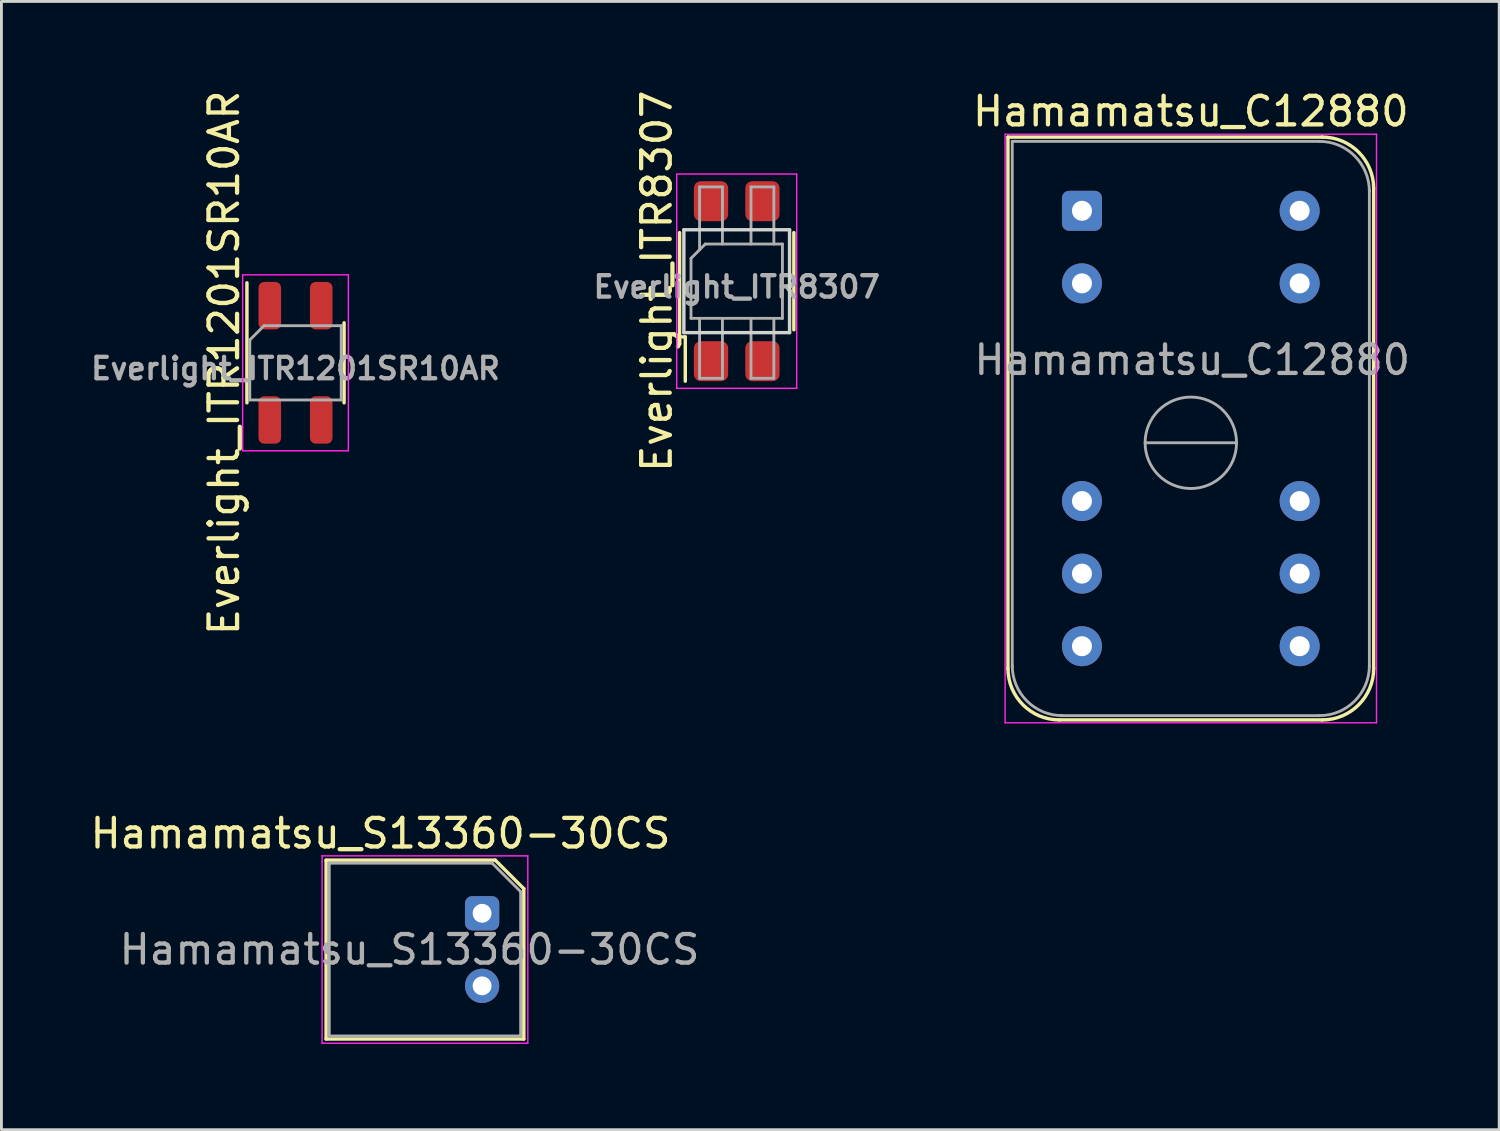
<source format=kicad_pcb>
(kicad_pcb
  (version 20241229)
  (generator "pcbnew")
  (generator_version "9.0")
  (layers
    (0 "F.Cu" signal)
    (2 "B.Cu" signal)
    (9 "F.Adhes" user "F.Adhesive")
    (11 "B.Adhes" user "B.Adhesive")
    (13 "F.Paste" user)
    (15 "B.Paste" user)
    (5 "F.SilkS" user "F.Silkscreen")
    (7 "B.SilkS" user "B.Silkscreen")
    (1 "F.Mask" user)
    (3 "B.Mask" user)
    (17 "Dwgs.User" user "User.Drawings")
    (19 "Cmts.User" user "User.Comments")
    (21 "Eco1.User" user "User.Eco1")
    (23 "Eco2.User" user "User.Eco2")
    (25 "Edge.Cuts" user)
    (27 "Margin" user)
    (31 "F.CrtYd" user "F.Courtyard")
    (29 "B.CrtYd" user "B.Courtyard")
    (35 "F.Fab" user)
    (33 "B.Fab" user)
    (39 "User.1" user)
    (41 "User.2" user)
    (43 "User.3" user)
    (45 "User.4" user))
  (footprint "Hamamatsu_S13360-30CS"
    (layer "F.Cu")
    (at 13.824 28.916)
    (property "Reference" "Hamamatsu_S13360-30CS" (at -3.556 -2.794 0) (layer "F.SilkS") (effects (font (size 1 1) (thickness 0.15))))
    (attr through_hole)
    (fp_line (start -5.46 -1.86) (end 0.46 -1.86) (stroke (width 0.12) (type solid)) (layer "F.SilkS"))
    (fp_line (start -5.46 4.4) (end -5.46 -1.86) (stroke (width 0.12) (type solid)) (layer "F.SilkS"))
    (fp_line (start 0.46 -1.86) (end 1.46 -0.86) (stroke (width 0.12) (type solid)) (layer "F.SilkS"))
    (fp_line (start 1.46 -0.86) (end 1.46 4.4) (stroke (width 0.12) (type solid)) (layer "F.SilkS"))
    (fp_line (start 1.46 4.4) (end -5.46 4.4) (stroke (width 0.12) (type solid)) (layer "F.SilkS"))
    (fp_line (start -5.6 -2.01) (end -5.6 4.55) (stroke (width 0.05) (type solid)) (layer "F.CrtYd"))
    (fp_line (start -5.6 -2.01) (end 1.6 -2.01) (stroke (width 0.05) (type solid)) (layer "F.CrtYd"))
    (fp_line (start 1.6 4.55) (end -5.6 4.55) (stroke (width 0.05) (type solid)) (layer "F.CrtYd"))
    (fp_line (start 1.6 4.55) (end 1.6 -2.01) (stroke (width 0.05) (type solid)) (layer "F.CrtYd"))
    (fp_line (start -5.35 -1.755) (end 0.35 -1.755) (stroke (width 0.1) (type solid)) (layer "F.Fab"))
    (fp_line (start -5.35 4.295) (end -5.35 -1.755) (stroke (width 0.1) (type solid)) (layer "F.Fab"))
    (fp_line (start 0.35 -1.755) (end 1.35 -0.755) (stroke (width 0.1) (type solid)) (layer "F.Fab"))
    (fp_line (start 1.35 -0.755) (end 1.35 4.295) (stroke (width 0.1) (type solid)) (layer "F.Fab"))
    (fp_line (start 1.35 4.295) (end -5.35 4.295) (stroke (width 0.1) (type solid)) (layer "F.Fab"))
    (fp_text user "${REFERENCE}" (at -2.54 1.27 0) (layer "F.Fab") (effects (font (size 1 1) (thickness 0.15))))
    (pad "1" thru_hole roundrect (at 0 0) (size 1.2 1.2) (drill 0.66) (layers "*.Cu" "*.Mask") (roundrect_rratio 0.208))
    (pad "2" thru_hole circle (at 0 2.54) (size 1.2 1.2) (drill 0.66) (layers "*.Cu" "*.Mask")))
  (footprint "Everlight_ITR8307"
    (layer "F.Cu")
    (at 22.736 6.792)
    (property "Reference" "Everlight_ITR8307" (at -2.8 0 90) (layer "F.SilkS") (effects (font (size 1 1) (thickness 0.15))))
    (attr smd)
    (fp_line (start -2 1.95) (end -2 -1.7) (stroke (width 0.12) (type solid)) (layer "F.SilkS"))
    (fp_line (start -2 1.95) (end -1.8 1.95) (stroke (width 0.12) (type solid)) (layer "F.SilkS"))
    (fp_line (start -1.8 3.5) (end -1.8 1.95) (stroke (width 0.12) (type solid)) (layer "F.SilkS"))
    (fp_line (start 2 1.7) (end 2 -1.7) (stroke (width 0.12) (type solid)) (layer "F.SilkS"))
    (fp_line (start -1.85 -1.8) (end 1.85 -1.8) (stroke (width 0.12) (type solid)) (layer "Edge.Cuts"))
    (fp_line (start -1.85 1.8) (end -1.85 -1.8) (stroke (width 0.12) (type solid)) (layer "Edge.Cuts"))
    (fp_line (start 1.85 -1.8) (end 1.85 1.8) (stroke (width 0.12) (type solid)) (layer "Edge.Cuts"))
    (fp_line (start 1.85 1.8) (end -1.85 1.8) (stroke (width 0.12) (type solid)) (layer "Edge.Cuts"))
    (fp_line (start -2.1 -3.75) (end -2.1 3.75) (stroke (width 0.05) (type solid)) (layer "F.CrtYd"))
    (fp_line (start -2.1 -3.75) (end 2.1 -3.75) (stroke (width 0.05) (type solid)) (layer "F.CrtYd"))
    (fp_line (start 2.1 3.75) (end -2.1 3.75) (stroke (width 0.05) (type solid)) (layer "F.CrtYd"))
    (fp_line (start 2.1 3.75) (end 2.1 -3.75) (stroke (width 0.05) (type solid)) (layer "F.CrtYd"))
    (fp_line (start -1.6 -0.8) (end -1.1 -1.3) (stroke (width 0.1) (type solid)) (layer "F.Fab"))
    (fp_line (start -1.6 1.3) (end -1.6 -0.8) (stroke (width 0.1) (type solid)) (layer "F.Fab"))
    (fp_line (start -1.3 -3.3) (end -1.3 -1.1) (stroke (width 0.1) (type solid)) (layer "F.Fab"))
    (fp_line (start -1.3 -3.3) (end -0.5 -3.3) (stroke (width 0.1) (type solid)) (layer "F.Fab"))
    (fp_line (start -1.3 3.4) (end -1.3 1.3) (stroke (width 0.1) (type solid)) (layer "F.Fab"))
    (fp_line (start -1.1 -1.3) (end 1.6 -1.3) (stroke (width 0.1) (type solid)) (layer "F.Fab"))
    (fp_line (start -0.5 -3.3) (end -0.5 -1.3) (stroke (width 0.1) (type solid)) (layer "F.Fab"))
    (fp_line (start -0.5 1.3) (end -0.5 3.4) (stroke (width 0.1) (type solid)) (layer "F.Fab"))
    (fp_line (start -0.5 3.4) (end -1.3 3.4) (stroke (width 0.1) (type solid)) (layer "F.Fab"))
    (fp_line (start 0.5 -3.3) (end 1.3 -3.3) (stroke (width 0.1) (type solid)) (layer "F.Fab"))
    (fp_line (start 0.5 -1.3) (end 0.5 -3.3) (stroke (width 0.1) (type solid)) (layer "F.Fab"))
    (fp_line (start 0.5 1.3) (end 0.5 3.4) (stroke (width 0.1) (type solid)) (layer "F.Fab"))
    (fp_line (start 0.5 3.4) (end 1.3 3.4) (stroke (width 0.1) (type solid)) (layer "F.Fab"))
    (fp_line (start 1.3 -3.3) (end 1.3 -1.3) (stroke (width 0.1) (type solid)) (layer "F.Fab"))
    (fp_line (start 1.3 3.4) (end 1.3 1.3) (stroke (width 0.1) (type solid)) (layer "F.Fab"))
    (fp_line (start 1.6 -1.3) (end 1.6 1.3) (stroke (width 0.1) (type solid)) (layer "F.Fab"))
    (fp_line (start 1.6 1.3) (end -1.6 1.3) (stroke (width 0.1) (type solid)) (layer "F.Fab"))
    (fp_text user "${REFERENCE}" (at 0 0.2 0) (layer "F.Fab") (effects (font (size 0.75 0.75) (thickness 0.15))))
    (pad "1" smd roundrect (at -0.9 2.8) (size 1.2 1.4) (layers "F.Cu" "F.Mask" "F.Paste") (roundrect_rratio 0.2))
    (pad "2" smd roundrect (at -0.9 -2.8) (size 1.2 1.4) (layers "F.Cu" "F.Mask" "F.Paste") (roundrect_rratio 0.2))
    (pad "3" smd roundrect (at 0.9 2.8) (size 1.2 1.4) (layers "F.Cu" "F.Mask" "F.Paste") (roundrect_rratio 0.2))
    (pad "4" smd roundrect (at 0.9 -2.8) (size 1.2 1.4) (layers "F.Cu" "F.Mask" "F.Paste") (roundrect_rratio 0.2)))
  (footprint "Hamamatsu_C12880"
    (layer "F.Cu")
    (at 34.82 4.328)
    (property "Reference" "Hamamatsu_C12880" (at 3.81 -3.48 0) (layer "F.SilkS") (effects (font (size 1 1) (thickness 0.15))))
    (attr through_hole)
    (fp_line (start -2.59 -2.58) (end -2.59 16.02) (stroke (width 0.12) (type solid)) (layer "F.SilkS"))
    (fp_line (start -0.79 17.82) (end 8.41 17.82) (stroke (width 0.12) (type solid)) (layer "F.SilkS"))
    (fp_line (start 8.41 -2.58) (end -2.59 -2.58) (stroke (width 0.12) (type solid)) (layer "F.SilkS"))
    (fp_line (start 10.21 16.02) (end 10.21 -0.78) (stroke (width 0.12) (type solid)) (layer "F.SilkS"))
    (fp_arc (start -0.79 17.82) (mid -2.062792 17.292792) (end -2.59 16.02) (stroke (width 0.12) (type solid)) (layer "F.SilkS"))
    (fp_arc (start 8.41 -2.58) (mid 9.682792 -2.052792) (end 10.21 -0.78) (stroke (width 0.12) (type solid)) (layer "F.SilkS"))
    (fp_arc (start 10.21 16.02) (mid 9.682792 17.292792) (end 8.41 17.82) (stroke (width 0.12) (type solid)) (layer "F.SilkS"))
    (fp_line (start -2.69 -2.68) (end -2.69 17.92) (stroke (width 0.05) (type solid)) (layer "F.CrtYd"))
    (fp_line (start -2.69 -2.68) (end 10.31 -2.68) (stroke (width 0.05) (type solid)) (layer "F.CrtYd"))
    (fp_line (start 10.31 17.92) (end -2.69 17.92) (stroke (width 0.05) (type solid)) (layer "F.CrtYd"))
    (fp_line (start 10.31 17.92) (end 10.31 -2.68) (stroke (width 0.05) (type solid)) (layer "F.CrtYd"))
    (fp_line (start -2.44 -2.43) (end -2.44 15.97) (stroke (width 0.1) (type solid)) (layer "F.Fab"))
    (fp_line (start -0.74 17.67) (end 8.31 17.67) (stroke (width 0.1) (type solid)) (layer "F.Fab"))
    (fp_line (start 2.21 8.12) (end 5.41 8.12) (stroke (width 0.1) (type solid)) (layer "F.Fab"))
    (fp_line (start 8.31 -2.43) (end -2.44 -2.43) (stroke (width 0.1) (type solid)) (layer "F.Fab"))
    (fp_line (start 10.06 15.97) (end 10.06 -0.73) (stroke (width 0.1) (type solid)) (layer "F.Fab"))
    (fp_arc (start -0.69 17.67) (mid -1.927437 17.157437) (end -2.44 15.92) (stroke (width 0.1) (type solid)) (layer "F.Fab"))
    (fp_arc (start 8.31 -2.43) (mid 9.547437 -1.917437) (end 10.06 -0.68) (stroke (width 0.1) (type solid)) (layer "F.Fab"))
    (fp_arc (start 10.06 15.92) (mid 9.547437 17.157437) (end 8.31 17.67) (stroke (width 0.1) (type solid)) (layer "F.Fab"))
    (fp_circle (center 3.81 8.12) (end 5.41 8.12) (stroke (width 0.1) (type solid)) (fill no) (layer "F.Fab"))
    (fp_text user "${REFERENCE}" (at 3.86 5.22 0) (layer "F.Fab") (effects (font (size 1 1) (thickness 0.15))))
    (pad "1" thru_hole roundrect (at 0 0) (size 1.4 1.4) (drill 0.7) (layers "*.Cu" "*.Mask") (roundrect_rratio 0.178))
    (pad "2" thru_hole circle (at 0 2.54) (size 1.4 1.4) (drill 0.7) (layers "*.Cu" "*.Mask"))
    (pad "3" thru_hole circle (at 0 10.16) (size 1.4 1.4) (drill 0.7) (layers "*.Cu" "*.Mask"))
    (pad "4" thru_hole circle (at 0 12.7) (size 1.4 1.4) (drill 0.7) (layers "*.Cu" "*.Mask"))
    (pad "5" thru_hole circle (at 0 15.24) (size 1.4 1.4) (drill 0.7) (layers "*.Cu" "*.Mask"))
    (pad "6" thru_hole circle (at 7.62 15.24) (size 1.4 1.4) (drill 0.7) (layers "*.Cu" "*.Mask"))
    (pad "7" thru_hole circle (at 7.62 12.7) (size 1.4 1.4) (drill 0.7) (layers "*.Cu" "*.Mask"))
    (pad "8" thru_hole circle (at 7.62 10.16) (size 1.4 1.4) (drill 0.7) (layers "*.Cu" "*.Mask"))
    (pad "9" thru_hole circle (at 7.62 2.54) (size 1.4 1.4) (drill 0.7) (layers "*.Cu" "*.Mask"))
    (pad "10" thru_hole circle (at 7.62 0) (size 1.4 1.4) (drill 0.7) (layers "*.Cu" "*.Mask")))
  (footprint "Everlight_ITR1201SR10AR"
    (layer "F.Cu")
    (at 7.293 9.649)
    (property "Reference" "Everlight_ITR1201SR10AR" (at -2.5 0 90) (layer "F.SilkS") (effects (font (size 1 1) (thickness 0.15))))
    (attr smd)
    (fp_line (start -1.7 1.4) (end -1.7 -2.8) (stroke (width 0.12) (type solid)) (layer "F.SilkS"))
    (fp_line (start 1.7 1.4) (end 1.7 -1.4) (stroke (width 0.12) (type solid)) (layer "F.SilkS"))
    (fp_line (start -1.85 -3.08) (end -1.85 3.08) (stroke (width 0.05) (type solid)) (layer "F.CrtYd"))
    (fp_line (start -1.85 -3.08) (end 1.85 -3.08) (stroke (width 0.05) (type solid)) (layer "F.CrtYd"))
    (fp_line (start 1.85 3.08) (end -1.85 3.08) (stroke (width 0.05) (type solid)) (layer "F.CrtYd"))
    (fp_line (start 1.85 3.08) (end 1.85 -3.08) (stroke (width 0.05) (type solid)) (layer "F.CrtYd"))
    (fp_line (start -1.6 -0.8) (end -1.1 -1.3) (stroke (width 0.1) (type solid)) (layer "F.Fab"))
    (fp_line (start -1.6 1.3) (end -1.6 -0.8) (stroke (width 0.1) (type solid)) (layer "F.Fab"))
    (fp_line (start -1.1 -1.3) (end 1.6 -1.3) (stroke (width 0.1) (type solid)) (layer "F.Fab"))
    (fp_line (start 1.6 -1.3) (end 1.6 1.3) (stroke (width 0.1) (type solid)) (layer "F.Fab"))
    (fp_line (start 1.6 1.3) (end -1.6 1.3) (stroke (width 0.1) (type solid)) (layer "F.Fab"))
    (fp_text user "${REFERENCE}" (at 0 0.2 0) (layer "F.Fab") (effects (font (size 0.75 0.75) (thickness 0.15))))
    (pad "1" smd roundrect (at -0.9 2) (size 0.79 1.66) (layers "F.Cu" "F.Mask" "F.Paste") (roundrect_rratio 0.25))
    (pad "2" smd roundrect (at -0.9 -2) (size 0.79 1.66) (layers "F.Cu" "F.Mask" "F.Paste") (roundrect_rratio 0.25))
    (pad "3" smd roundrect (at 0.9 2) (size 0.79 1.66) (layers "F.Cu" "F.Mask" "F.Paste") (roundrect_rratio 0.25))
    (pad "4" smd roundrect (at 0.9 -2) (size 0.79 1.66) (layers "F.Cu" "F.Mask" "F.Paste") (roundrect_rratio 0.25)))
  (gr_rect
    (start -3 -3)
    (end 49.424 36.49)
    (stroke (width 0.1) (type default))
    (fill no)
    (layer "Edge.Cuts")))
</source>
